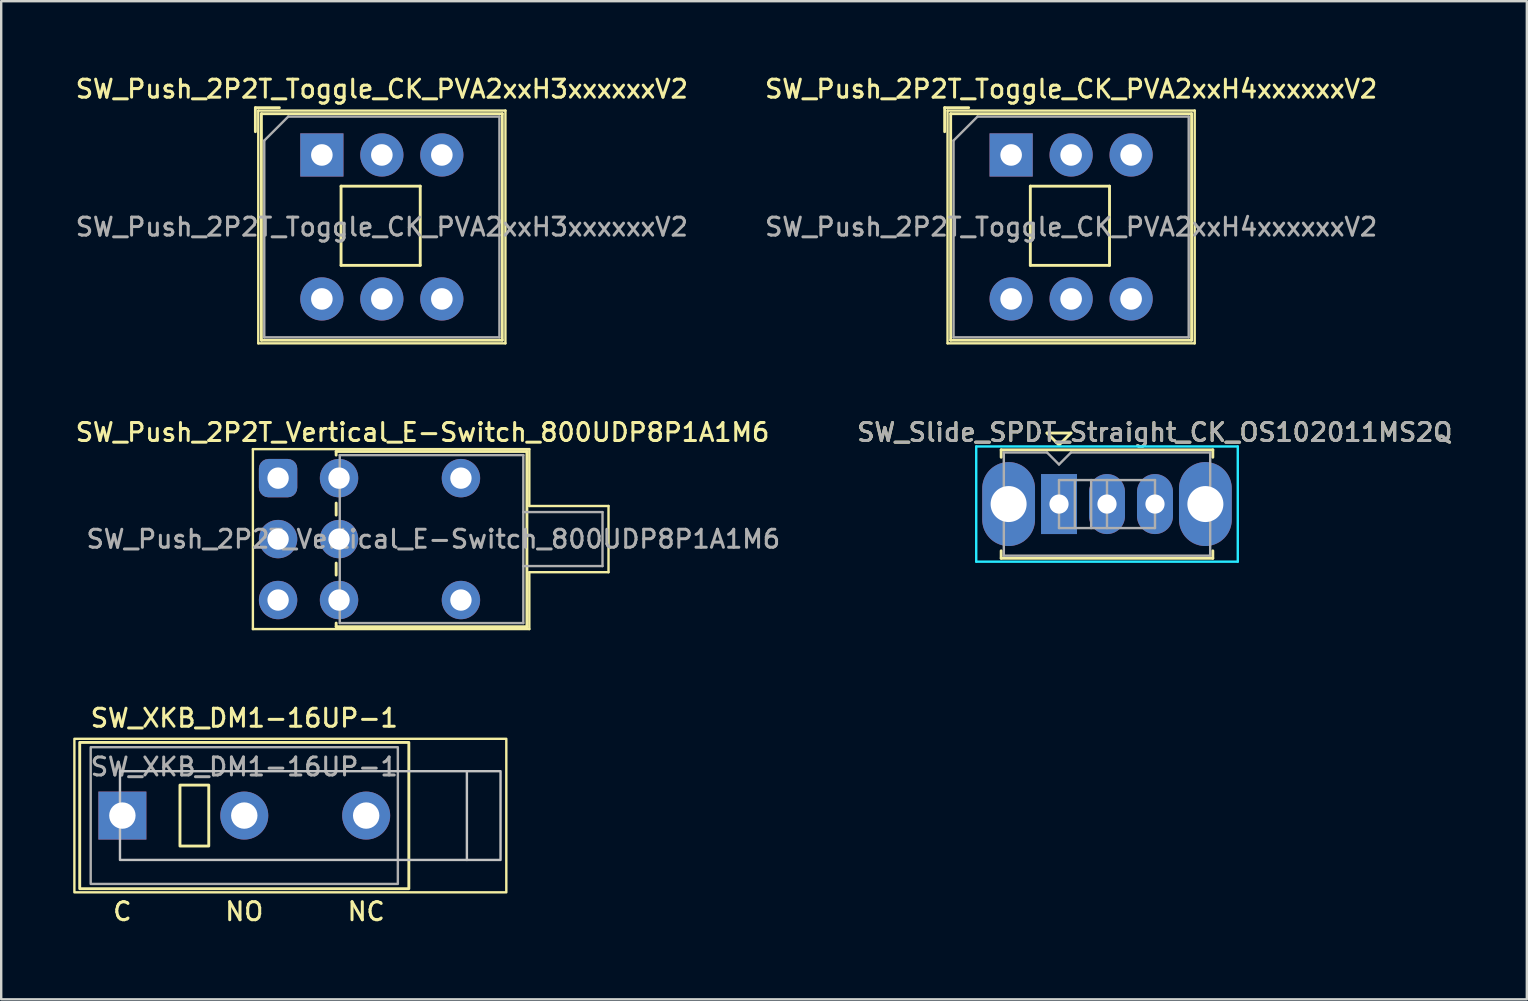
<source format=kicad_pcb>
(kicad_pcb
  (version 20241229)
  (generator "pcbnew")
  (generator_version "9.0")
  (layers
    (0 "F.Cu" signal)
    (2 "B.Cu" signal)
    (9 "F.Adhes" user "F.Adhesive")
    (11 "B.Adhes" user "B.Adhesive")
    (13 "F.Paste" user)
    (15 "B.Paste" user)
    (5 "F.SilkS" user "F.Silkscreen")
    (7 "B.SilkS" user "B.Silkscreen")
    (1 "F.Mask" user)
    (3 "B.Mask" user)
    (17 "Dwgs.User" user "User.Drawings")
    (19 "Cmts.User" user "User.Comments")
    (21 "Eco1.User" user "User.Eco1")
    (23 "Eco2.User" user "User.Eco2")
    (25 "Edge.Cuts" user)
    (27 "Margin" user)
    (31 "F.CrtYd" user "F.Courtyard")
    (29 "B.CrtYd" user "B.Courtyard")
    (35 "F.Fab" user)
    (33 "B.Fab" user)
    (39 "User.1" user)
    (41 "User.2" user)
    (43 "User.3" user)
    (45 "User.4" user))
  (footprint "SW_Push_2P2T_Toggle_CK_PVA2xxH3xxxxxxV2"
    (layer "F.Cu")
    (at 10.363 3.408)
    (property "Reference" "SW_Push_2P2T_Toggle_CK_PVA2xxH3xxxxxxV2" (at 2.5 -2.75 0) (layer "F.SilkS") (effects (font (size 0.75 0.75) (thickness 0.125))))
    (attr through_hole)
    (fp_line (start -2.77 -0.97) (end -2.77 -1.97) (stroke (width 0.12) (type solid)) (layer "F.SilkS"))
    (fp_line (start -2.65 -1.85) (end 7.65 -1.85) (stroke (width 0.1) (type solid)) (layer "F.SilkS"))
    (fp_line (start -2.65 7.85) (end -2.65 -1.85) (stroke (width 0.1) (type solid)) (layer "F.SilkS"))
    (fp_line (start -2.65 7.85) (end 7.65 7.85) (stroke (width 0.1) (type solid)) (layer "F.SilkS"))
    (fp_line (start -2.52 7.72) (end -2.52 -1.72) (stroke (width 0.12) (type solid)) (layer "F.SilkS"))
    (fp_line (start -1.77 -1.97) (end -2.77 -1.97) (stroke (width 0.12) (type solid)) (layer "F.SilkS"))
    (fp_line (start 0.8 1.3) (end 0.8 4.6) (stroke (width 0.12) (type solid)) (layer "F.SilkS"))
    (fp_line (start 4.1 1.3) (end 0.8 1.3) (stroke (width 0.12) (type solid)) (layer "F.SilkS"))
    (fp_line (start 4.1 1.3) (end 4.1 4.6) (stroke (width 0.12) (type solid)) (layer "F.SilkS"))
    (fp_line (start 4.1 4.6) (end 0.8 4.6) (stroke (width 0.12) (type solid)) (layer "F.SilkS"))
    (fp_line (start 7.52 -1.72) (end -2.52 -1.72) (stroke (width 0.12) (type solid)) (layer "F.SilkS"))
    (fp_line (start 7.52 7.72) (end -2.52 7.72) (stroke (width 0.12) (type solid)) (layer "F.SilkS"))
    (fp_line (start 7.52 7.72) (end 7.52 -1.72) (stroke (width 0.12) (type solid)) (layer "F.SilkS"))
    (fp_line (start 7.65 -1.85) (end 7.65 7.85) (stroke (width 0.1) (type solid)) (layer "F.SilkS"))
    (fp_line (start -2.4 -0.6) (end -1.4 -1.6) (stroke (width 0.1) (type solid)) (layer "F.Fab"))
    (fp_line (start -2.4 7.6) (end -2.4 -0.6) (stroke (width 0.1) (type solid)) (layer "F.Fab"))
    (fp_line (start -1.4 -1.6) (end 7.4 -1.6) (stroke (width 0.1) (type solid)) (layer "F.Fab"))
    (fp_line (start 7.4 -1.6) (end 7.4 7.6) (stroke (width 0.1) (type solid)) (layer "F.Fab"))
    (fp_line (start 7.4 7.6) (end -2.4 7.6) (stroke (width 0.1) (type solid)) (layer "F.Fab"))
    (fp_text user "${REFERENCE}" (at 2.5 3 0) (layer "F.Fab") (effects (font (size 0.75 0.75) (thickness 0.125))))
    (pad "1" thru_hole rect (at 0 0) (size 1.8 1.8) (drill 0.9) (layers "*.Cu" "*.Mask"))
    (pad "2" thru_hole circle (at 2.5 0) (size 1.8 1.8) (drill 0.9) (layers "*.Cu" "*.Mask"))
    (pad "3" thru_hole circle (at 5 0) (size 1.8 1.8) (drill 0.9) (layers "*.Cu" "*.Mask"))
    (pad "4" thru_hole circle (at 0 6) (size 1.8 1.8) (drill 0.9) (layers "*.Cu" "*.Mask"))
    (pad "5" thru_hole circle (at 2.5 6) (size 1.8 1.8) (drill 0.9) (layers "*.Cu" "*.Mask"))
    (pad "6" thru_hole circle (at 5 6) (size 1.8 1.8) (drill 0.9) (layers "*.Cu" "*.Mask")))
  (footprint "SW_XKB_DM1-16UP-1"
    (layer "F.Cu")
    (at 2.05 30.938)
    (property "Reference" "SW_XKB_DM1-16UP-1" (at 5.08 -4.064 0) (unlocked yes) (layer "F.SilkS") (effects (font (size 0.75 0.75) (thickness 0.125))))
    (property "Datasheet" "" (at 0 0 0) (unlocked yes) (layer "F.Fab") (effects (font (size 1.27 1.27) (thickness 0.15))))
    (property "Description" "" (at 0 0 0) (unlocked yes) (layer "F.Fab") (effects (font (size 1.27 1.27) (thickness 0.15))))
    (attr through_hole)
    (fp_rect (start -2 -3.2) (end 16 3.2) (stroke (width 0.1) (type solid)) (fill no) (layer "F.SilkS"))
    (fp_rect (start 2.4 -1.27) (end 3.6 1.27) (stroke (width 0.12) (type solid)) (fill no) (layer "F.SilkS"))
    (fp_rect (start 11.938 -3.048) (end -1.778 3.048) (stroke (width 0.12) (type solid)) (fill no) (layer "F.SilkS"))
    (fp_line (start 14.357 -1.85) (end 14.357 1.85) (stroke (width 0.1) (type default)) (layer "Dwgs.User"))
    (fp_rect (start 15.76 1.85) (end -0.1 -1.85) (stroke (width 0.1) (type solid)) (fill no) (layer "Dwgs.User"))
    (fp_rect (start -1.32 -2.85) (end 11.48 2.85) (stroke (width 0.1) (type default)) (fill no) (layer "F.Fab"))
    (fp_text user "NO" (at 5.08 4 0) (unlocked yes) (layer "F.SilkS") (effects (font (size 0.75 0.75) (thickness 0.125))))
    (fp_text user "NC" (at 10.16 4 0) (unlocked yes) (layer "F.SilkS") (effects (font (size 0.75 0.75) (thickness 0.125))))
    (fp_text user "C" (at 0 4 0) (unlocked yes) (layer "F.SilkS") (effects (font (size 0.75 0.75) (thickness 0.125))))
    (fp_text user "${REFERENCE}" (at 5.08 -2.032 0) (unlocked yes) (layer "F.Fab") (effects (font (size 0.75 0.75) (thickness 0.125))))
    (pad "1" thru_hole rect (at 0 0) (size 2 2) (drill 1.1) (layers "*.Cu" "*.Mask"))
    (pad "2" thru_hole circle (at 5.08 0) (size 2 2) (drill 1.1) (layers "*.Cu" "*.Mask"))
    (pad "3" thru_hole circle (at 10.16 0) (size 2 2) (drill 1.1) (layers "*.Cu" "*.Mask")))
  (footprint "SW_Push_2P2T_Vertical_E-Switch_800UDP8P1A1M6"
    (layer "F.Cu")
    (at 8.539 16.876)
    (property "Reference" "SW_Push_2P2T_Vertical_E-Switch_800UDP8P1A1M6" (at 6.02 -1.91 180) (layer "F.SilkS") (effects (font (size 0.75 0.75) (thickness 0.125))))
    (attr through_hole)
    (fp_line (start -1.05 -1.21) (end 10.47 -1.21) (stroke (width 0.1) (type solid)) (layer "F.SilkS"))
    (fp_line (start -1.05 6.29) (end -1.05 -1.21) (stroke (width 0.1) (type solid)) (layer "F.SilkS"))
    (fp_line (start 2.42 -1.11) (end 2.42 -0.96) (stroke (width 0.12) (type solid)) (layer "F.SilkS"))
    (fp_line (start 2.42 1.54) (end 2.42 1.04) (stroke (width 0.12) (type solid)) (layer "F.SilkS"))
    (fp_line (start 2.42 4.04) (end 2.42 3.54) (stroke (width 0.12) (type solid)) (layer "F.SilkS"))
    (fp_line (start 2.42 6.19) (end 2.42 6.04) (stroke (width 0.12) (type solid)) (layer "F.SilkS"))
    (fp_line (start 2.42 6.19) (end 10.37 6.19) (stroke (width 0.12) (type solid)) (layer "F.SilkS"))
    (fp_line (start 10.37 -1.11) (end 2.42 -1.11) (stroke (width 0.12) (type solid)) (layer "F.SilkS"))
    (fp_line (start 10.37 6.19) (end 10.37 -1.11) (stroke (width 0.12) (type solid)) (layer "F.SilkS"))
    (fp_line (start 10.47 -1.21) (end 10.47 1.16) (stroke (width 0.1) (type solid)) (layer "F.SilkS"))
    (fp_line (start 10.47 1.16) (end 13.77 1.16) (stroke (width 0.1) (type solid)) (layer "F.SilkS"))
    (fp_line (start 10.47 3.92) (end 10.47 6.29) (stroke (width 0.1) (type solid)) (layer "F.SilkS"))
    (fp_line (start 10.47 6.29) (end -1.05 6.29) (stroke (width 0.1) (type solid)) (layer "F.SilkS"))
    (fp_line (start 13.77 1.16) (end 13.77 3.92) (stroke (width 0.1) (type solid)) (layer "F.SilkS"))
    (fp_line (start 13.77 3.92) (end 10.47 3.92) (stroke (width 0.1) (type solid)) (layer "F.SilkS"))
    (fp_line (start 2.57 -0.96) (end 10.22 -0.96) (stroke (width 0.1) (type solid)) (layer "F.Fab"))
    (fp_line (start 2.57 6.04) (end 2.57 -0.96) (stroke (width 0.1) (type solid)) (layer "F.Fab"))
    (fp_line (start 10.22 -0.96) (end 10.22 6.04) (stroke (width 0.1) (type solid)) (layer "F.Fab"))
    (fp_line (start 10.22 6.04) (end 2.57 6.04) (stroke (width 0.1) (type solid)) (layer "F.Fab"))
    (fp_line (start 13.52 1.415) (end 10.22 1.415) (stroke (width 0.1) (type solid)) (layer "F.Fab"))
    (fp_line (start 13.52 3.665) (end 10.22 3.665) (stroke (width 0.1) (type solid)) (layer "F.Fab"))
    (fp_line (start 13.52 3.665) (end 13.52 1.415) (stroke (width 0.1) (type solid)) (layer "F.Fab"))
    (fp_text user "${REFERENCE}" (at 6.47 2.54 180) (layer "F.Fab") (effects (font (size 0.75 0.75) (thickness 0.125))))
    (pad "" thru_hole circle (at 7.62 0 180) (size 1.6 1.6) (drill 0.89) (layers "*.Cu" "*.Mask"))
    (pad "" thru_hole circle (at 7.62 5.08 180) (size 1.6 1.6) (drill 0.89) (layers "*.Cu" "*.Mask"))
    (pad "1" thru_hole roundrect (at 0 0 180) (size 1.6 1.6) (drill 0.89) (layers "*.Cu" "*.Mask") (roundrect_rratio 0.25))
    (pad "2" thru_hole circle (at 0 2.54 180) (size 1.6 1.6) (drill 0.89) (layers "*.Cu" "*.Mask"))
    (pad "3" thru_hole circle (at 0 5.08 180) (size 1.6 1.6) (drill 0.89) (layers "*.Cu" "*.Mask"))
    (pad "4" thru_hole circle (at 2.54 0 180) (size 1.6 1.6) (drill 0.89) (layers "*.Cu" "*.Mask"))
    (pad "5" thru_hole circle (at 2.54 2.54 180) (size 1.6 1.6) (drill 0.89) (layers "*.Cu" "*.Mask"))
    (pad "6" thru_hole circle (at 2.54 5.08 180) (size 1.6 1.6) (drill 0.89) (layers "*.Cu" "*.Mask")))
  (footprint "SW_Push_2P2T_Toggle_CK_PVA2xxH4xxxxxxV2"
    (layer "F.Cu")
    (at 39.088 3.408)
    (property "Reference" "SW_Push_2P2T_Toggle_CK_PVA2xxH4xxxxxxV2" (at 2.5 -2.75 0) (layer "F.SilkS") (effects (font (size 0.75 0.75) (thickness 0.125))))
    (attr through_hole)
    (fp_line (start -2.77 -0.97) (end -2.77 -1.97) (stroke (width 0.12) (type solid)) (layer "F.SilkS"))
    (fp_line (start -2.65 -1.85) (end 7.65 -1.85) (stroke (width 0.1) (type solid)) (layer "F.SilkS"))
    (fp_line (start -2.65 7.85) (end -2.65 -1.85) (stroke (width 0.1) (type solid)) (layer "F.SilkS"))
    (fp_line (start -2.65 7.85) (end 7.65 7.85) (stroke (width 0.1) (type solid)) (layer "F.SilkS"))
    (fp_line (start -2.52 7.72) (end -2.52 -1.72) (stroke (width 0.12) (type solid)) (layer "F.SilkS"))
    (fp_line (start -1.77 -1.97) (end -2.77 -1.97) (stroke (width 0.12) (type solid)) (layer "F.SilkS"))
    (fp_line (start 0.8 1.3) (end 0.8 4.6) (stroke (width 0.12) (type solid)) (layer "F.SilkS"))
    (fp_line (start 4.1 1.3) (end 0.8 1.3) (stroke (width 0.12) (type solid)) (layer "F.SilkS"))
    (fp_line (start 4.1 1.3) (end 4.1 4.6) (stroke (width 0.12) (type solid)) (layer "F.SilkS"))
    (fp_line (start 4.1 4.6) (end 0.8 4.6) (stroke (width 0.12) (type solid)) (layer "F.SilkS"))
    (fp_line (start 7.52 -1.72) (end -2.52 -1.72) (stroke (width 0.12) (type solid)) (layer "F.SilkS"))
    (fp_line (start 7.52 7.72) (end -2.52 7.72) (stroke (width 0.12) (type solid)) (layer "F.SilkS"))
    (fp_line (start 7.52 7.72) (end 7.52 -1.72) (stroke (width 0.12) (type solid)) (layer "F.SilkS"))
    (fp_line (start 7.65 -1.85) (end 7.65 7.85) (stroke (width 0.1) (type solid)) (layer "F.SilkS"))
    (fp_line (start -2.4 -0.6) (end -1.4 -1.6) (stroke (width 0.1) (type solid)) (layer "F.Fab"))
    (fp_line (start -2.4 7.6) (end -2.4 -0.6) (stroke (width 0.1) (type solid)) (layer "F.Fab"))
    (fp_line (start -1.4 -1.6) (end 7.4 -1.6) (stroke (width 0.1) (type solid)) (layer "F.Fab"))
    (fp_line (start 7.4 -1.6) (end 7.4 7.6) (stroke (width 0.1) (type solid)) (layer "F.Fab"))
    (fp_line (start 7.4 7.6) (end -2.4 7.6) (stroke (width 0.1) (type solid)) (layer "F.Fab"))
    (fp_text user "${REFERENCE}" (at 2.5 3 0) (layer "F.Fab") (effects (font (size 0.75 0.75) (thickness 0.125))))
    (pad "1" thru_hole rect (at 0 0) (size 1.8 1.8) (drill 0.9) (layers "*.Cu" "*.Mask"))
    (pad "2" thru_hole circle (at 2.5 0) (size 1.8 1.8) (drill 0.9) (layers "*.Cu" "*.Mask"))
    (pad "3" thru_hole circle (at 5 0) (size 1.8 1.8) (drill 0.9) (layers "*.Cu" "*.Mask"))
    (pad "4" thru_hole circle (at 0 6) (size 1.8 1.8) (drill 0.9) (layers "*.Cu" "*.Mask"))
    (pad "5" thru_hole circle (at 2.5 6) (size 1.8 1.8) (drill 0.9) (layers "*.Cu" "*.Mask"))
    (pad "6" thru_hole circle (at 5 6) (size 1.8 1.8) (drill 0.9) (layers "*.Cu" "*.Mask")))
  (footprint "SW_Slide_SPDT_Straight_CK_OS102011MS2Q"
    (layer "F.Cu")
    (at 41.083 17.956)
    (property "Reference" "SW_Slide_SPDT_Straight_CK_OS102011MS2Q" (at 3.99 -2.99 0) (layer "F.SilkS") (effects (font (size 0.75 0.75) (thickness 0.125))))
    (attr through_hole)
    (fp_line (start -2.41 -2.26) (end 6.41 -2.26) (stroke (width 0.12) (type solid)) (layer "F.SilkS"))
    (fp_line (start -2.41 -1.95) (end -2.41 -2.26) (stroke (width 0.12) (type solid)) (layer "F.SilkS"))
    (fp_line (start -2.41 2.26) (end -2.41 1.95) (stroke (width 0.12) (type solid)) (layer "F.SilkS"))
    (fp_line (start -0.5 -2.96) (end 0 -2.46) (stroke (width 0.12) (type solid)) (layer "F.SilkS"))
    (fp_line (start 0 -2.46) (end 0.5 -2.96) (stroke (width 0.12) (type solid)) (layer "F.SilkS"))
    (fp_line (start 0.5 -2.96) (end -0.5 -2.96) (stroke (width 0.12) (type solid)) (layer "F.SilkS"))
    (fp_line (start 6.41 -2.26) (end 6.41 -1.95) (stroke (width 0.12) (type solid)) (layer "F.SilkS"))
    (fp_line (start 6.41 2.26) (end -2.41 2.26) (stroke (width 0.12) (type solid)) (layer "F.SilkS"))
    (fp_line (start 6.41 2.26) (end 6.41 1.95) (stroke (width 0.12) (type solid)) (layer "F.SilkS"))
    (fp_line (start -3.45 -2.4) (end 7.45 -2.4) (stroke (width 0.1) (type solid)) (layer "B.CrtYd"))
    (fp_line (start -3.45 2.4) (end -3.45 -2.4) (stroke (width 0.1) (type solid)) (layer "B.CrtYd"))
    (fp_line (start 7.45 -2.4) (end 7.45 2.4) (stroke (width 0.1) (type solid)) (layer "B.CrtYd"))
    (fp_line (start 7.45 2.4) (end -3.45 2.4) (stroke (width 0.1) (type solid)) (layer "B.CrtYd"))
    (fp_line (start -2.3 -2.15) (end -0.5 -2.15) (stroke (width 0.1) (type solid)) (layer "F.Fab"))
    (fp_line (start -2.3 2.15) (end -2.3 -2.15) (stroke (width 0.1) (type solid)) (layer "F.Fab"))
    (fp_line (start -0.5 -2.15) (end 0 -1.65) (stroke (width 0.1) (type solid)) (layer "F.Fab"))
    (fp_line (start 0 -1.65) (end 0.5 -2.15) (stroke (width 0.1) (type solid)) (layer "F.Fab"))
    (fp_line (start 0 -1) (end 0 1) (stroke (width 0.1) (type solid)) (layer "F.Fab"))
    (fp_line (start 0 -1) (end 4 -1) (stroke (width 0.1) (type solid)) (layer "F.Fab"))
    (fp_line (start 0 1) (end 4 1) (stroke (width 0.1) (type solid)) (layer "F.Fab"))
    (fp_line (start 0.5 -2.15) (end 6.3 -2.15) (stroke (width 0.1) (type solid)) (layer "F.Fab"))
    (fp_line (start 0.66 -1) (end 0.66 1) (stroke (width 0.1) (type solid)) (layer "F.Fab"))
    (fp_line (start 1.34 -1) (end 1.34 1) (stroke (width 0.1) (type solid)) (layer "F.Fab"))
    (fp_line (start 2 -1) (end 2 1) (stroke (width 0.1) (type solid)) (layer "F.Fab"))
    (fp_line (start 4 -1) (end 4 1) (stroke (width 0.1) (type solid)) (layer "F.Fab"))
    (fp_line (start 6.3 -2.15) (end 6.3 2.15) (stroke (width 0.1) (type solid)) (layer "F.Fab"))
    (fp_line (start 6.3 2.15) (end -2.3 2.15) (stroke (width 0.1) (type solid)) (layer "F.Fab"))
    (fp_text user "${REFERENCE}" (at 3.99 -2.99 0) (layer "F.Fab") (effects (font (size 0.75 0.75) (thickness 0.125))))
    (pad "" thru_hole oval (at -2.1 0) (size 2.2 3.5) (drill 1.5) (layers "*.Cu" "*.Mask"))
    (pad "" thru_hole oval (at 6.1 0) (size 2.2 3.5) (drill 1.5) (layers "*.Cu" "*.Mask"))
    (pad "1" thru_hole rect (at 0 0) (size 1.5 2.5) (drill 0.8) (layers "*.Cu" "*.Mask"))
    (pad "2" thru_hole oval (at 2 0) (size 1.5 2.5) (drill 0.8) (layers "*.Cu" "*.Mask"))
    (pad "3" thru_hole oval (at 4 0) (size 1.5 2.5) (drill 0.8) (layers "*.Cu" "*.Mask")))
  (gr_rect
    (start -3 -3)
    (end 60.579 38.596)
    (stroke (width 0.1) (type default))
    (fill no)
    (layer "Edge.Cuts")))
</source>
